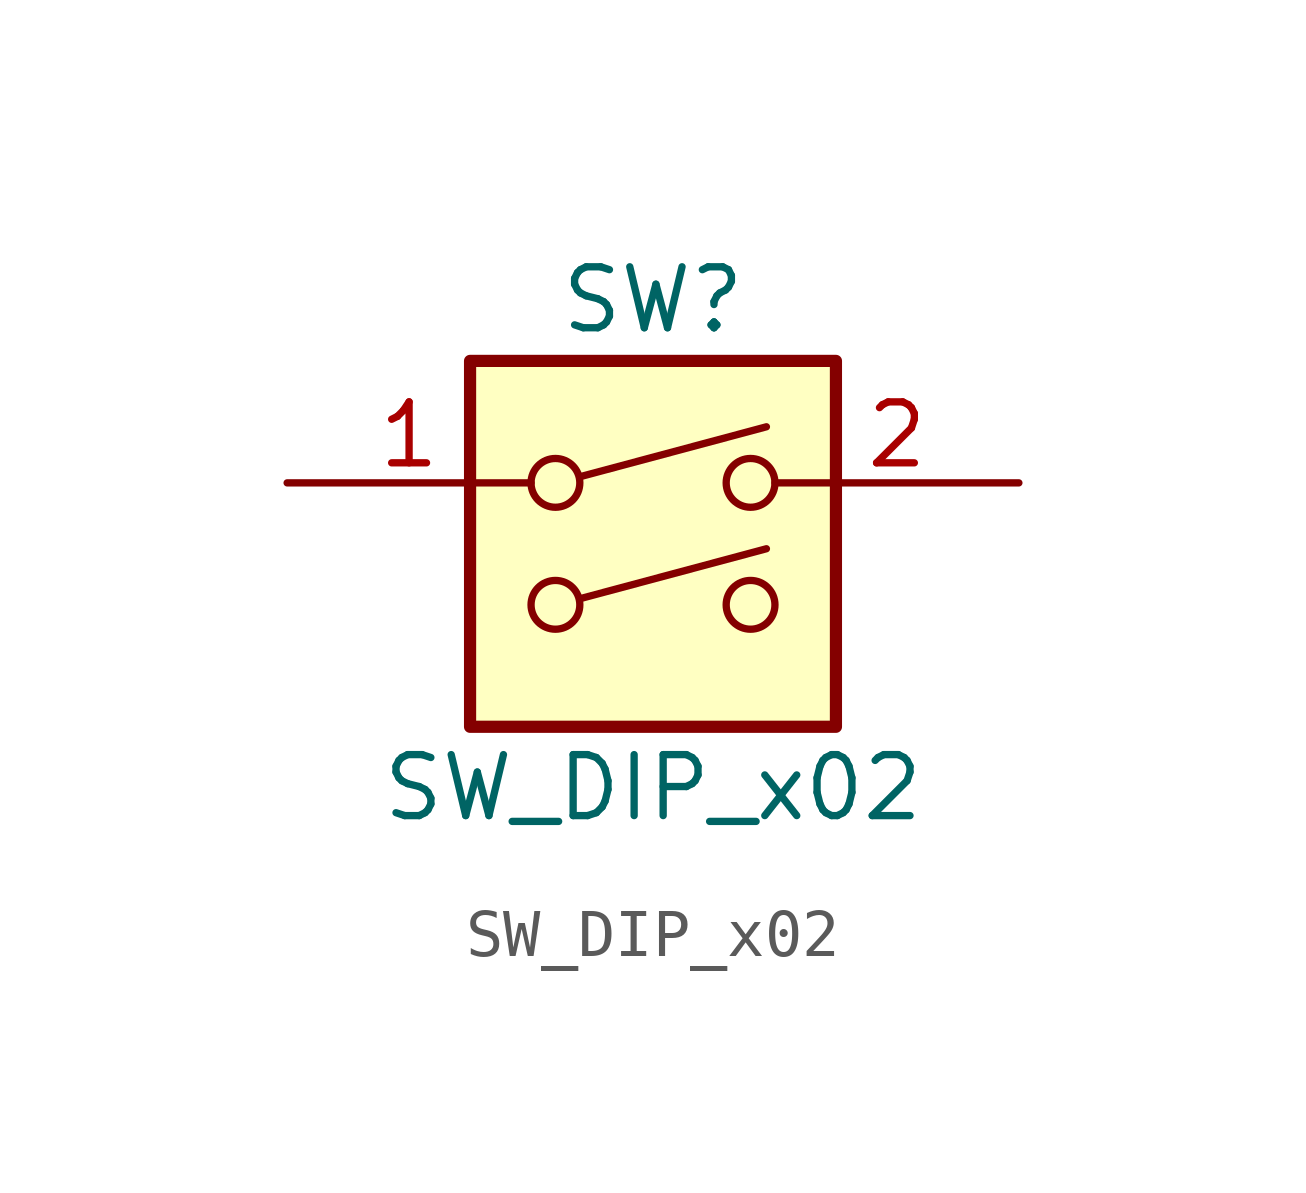
<source format=kicad_sym>
(kicad_symbol_lib
  (version 20220914)
  (generator kicad_symbol_editor)
  (symbol "SW_DIP_x02"
    (pin_names
      (offset 0) hide)
    (property "Reference" "SW"
      (at 0 6.35 0)
      (effects (font (size 1.27 1.27))))
    (property "Value" "SW_DIP_x02"
      (at 0 -3.81 0)
      (effects (font (size 1.27 1.27))))
    (symbol "SW_DIP_x02_0_0"
      (circle (center -2.032 0) (radius 0.508) (stroke (width 0) (type default)) (fill (type none)))
      (circle (center -2.032 2.54) (radius 0.508) (stroke (width 0) (type default)) (fill (type none)))
      (polyline (pts (xy -1.524 0.127) (xy 2.362 1.168)) (stroke (width 0) (type default)) (fill (type none)))
      (polyline (pts (xy -1.524 2.667) (xy 2.362 3.708)) (stroke (width 0) (type default)) (fill (type none)))
      (circle (center 2.032 0) (radius 0.508) (stroke (width 0) (type default)) (fill (type none)))
      (circle (center 2.032 2.54) (radius 0.508) (stroke (width 0) (type default)) (fill (type none))))
    (symbol "SW_DIP_x02_0_1"
      (rectangle (start -3.81 5.08) (end 3.81 -2.54) (stroke (width 0.254) (type default)) (fill (type background))))
    (symbol "SW_DIP_x02_1_1"
      (pin passive line (at -7.62 2.54 0) (length 5.08) (name "~" (effects (font (size 1.27 1.27)))) (number "1" (effects (font (size 1.27 1.27)))))
      (pin passive line (at 7.62 2.54 180) (length 5.08) (name "~" (effects (font (size 1.27 1.27)))) (number "2" (effects (font (size 1.27 1.27))))))))
</source>
